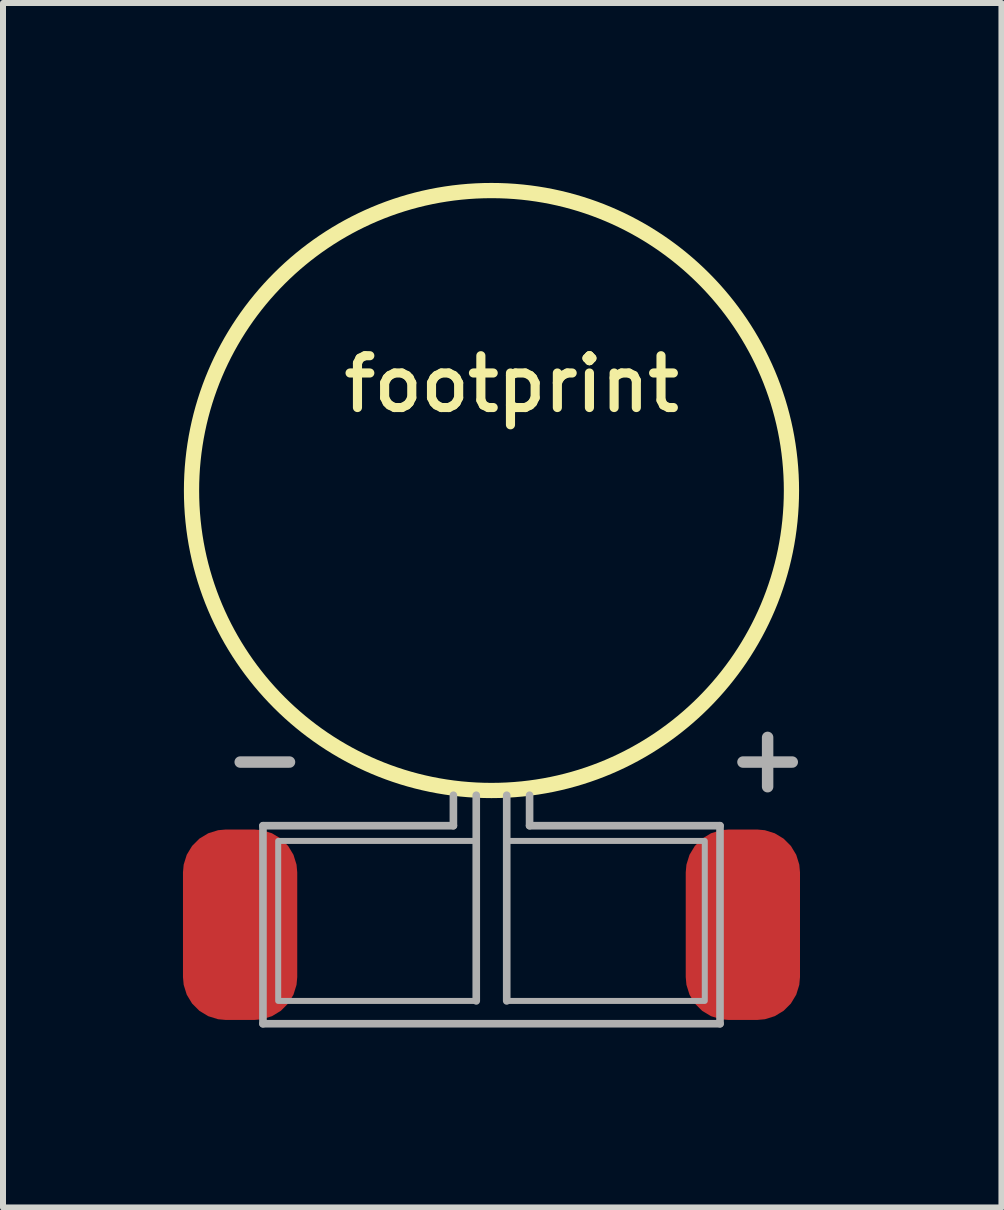
<source format=kicad_pcb>
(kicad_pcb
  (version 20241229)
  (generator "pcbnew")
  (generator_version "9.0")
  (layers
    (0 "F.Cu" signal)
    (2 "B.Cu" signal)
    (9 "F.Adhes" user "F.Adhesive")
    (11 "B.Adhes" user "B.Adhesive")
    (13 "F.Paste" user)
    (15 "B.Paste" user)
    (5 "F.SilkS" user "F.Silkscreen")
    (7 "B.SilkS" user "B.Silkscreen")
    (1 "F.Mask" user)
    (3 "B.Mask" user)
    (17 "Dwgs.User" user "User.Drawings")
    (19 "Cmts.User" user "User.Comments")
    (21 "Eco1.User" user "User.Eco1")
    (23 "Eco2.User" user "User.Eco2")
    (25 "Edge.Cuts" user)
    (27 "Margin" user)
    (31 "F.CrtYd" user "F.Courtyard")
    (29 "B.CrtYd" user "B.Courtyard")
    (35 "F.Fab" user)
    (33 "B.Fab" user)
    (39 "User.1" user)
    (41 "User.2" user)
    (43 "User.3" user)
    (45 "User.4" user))
  (footprint "footprint"
    (layer "F.Cu")
    (at 5.144 5.128)
    (property "Reference" "footprint" (at -2.54 -1.27 0) (layer "F.SilkS") (effects (font (size 0.864 0.864) (thickness 0.152)) (justify left bottom)))
    (fp_circle (center 0 0) (end 5.001 0) (stroke (width 0.254) (type solid)) (fill no) (layer "F.SilkS"))
    (fp_line (start -3.81 5.588) (end -0.635 5.588) (stroke (width 0.127) (type solid)) (layer "F.Fab"))
    (fp_line (start -3.81 8.89) (end -3.81 5.588) (stroke (width 0.127) (type solid)) (layer "F.Fab"))
    (fp_line (start -0.635 5.588) (end -0.635 5.08) (stroke (width 0.127) (type solid)) (layer "F.Fab"))
    (fp_line (start -0.254 5.08) (end -0.254 8.509) (stroke (width 0.127) (type solid)) (layer "F.Fab"))
    (fp_line (start 0.254 5.08) (end 0.254 8.509) (stroke (width 0.127) (type solid)) (layer "F.Fab"))
    (fp_line (start 0.635 5.08) (end 0.635 5.588) (stroke (width 0.127) (type solid)) (layer "F.Fab"))
    (fp_line (start 0.635 5.588) (end 3.81 5.588) (stroke (width 0.127) (type solid)) (layer "F.Fab"))
    (fp_line (start 3.81 5.588) (end 3.81 8.89) (stroke (width 0.127) (type solid)) (layer "F.Fab"))
    (fp_line (start 3.81 8.89) (end -3.81 8.89) (stroke (width 0.127) (type solid)) (layer "F.Fab"))
    (fp_poly (pts (xy -3.556 8.509) (xy -0.254 8.509) (xy -0.254 5.842) (xy -3.556 5.842)) (stroke (width 0.1) (type solid)) (fill no) (layer "F.Fab"))
    (fp_poly (pts (xy 0.254 8.509) (xy 3.556 8.509) (xy 3.556 5.842) (xy 0.254 5.842)) (stroke (width 0.1) (type solid)) (fill no) (layer "F.Fab"))
    (fp_text user "-" (at -4.572 5.08 0) (layer "F.Fab") (effects (font (size 1.079 1.079) (thickness 0.191)) (justify left bottom)))
    (fp_text user "+" (at 3.81 5.08 0) (layer "F.Fab") (effects (font (size 1.079 1.079) (thickness 0.191)) (justify left bottom)))
    (pad "+" smd roundrect (at 4.191 7.239 90) (size 3.175 1.905) (layers "F.Cu" "F.Mask" "F.Paste") (roundrect_rratio 0.375))
    (pad "-" smd roundrect (at -4.191 7.239 90) (size 3.175 1.905) (layers "F.Cu" "F.Mask" "F.Paste") (roundrect_rratio 0.375)))
  (gr_rect
    (start -3 -3)
    (end 13.646 17.081)
    (stroke (width 0.1) (type default))
    (fill no)
    (layer "Edge.Cuts")))
</source>
